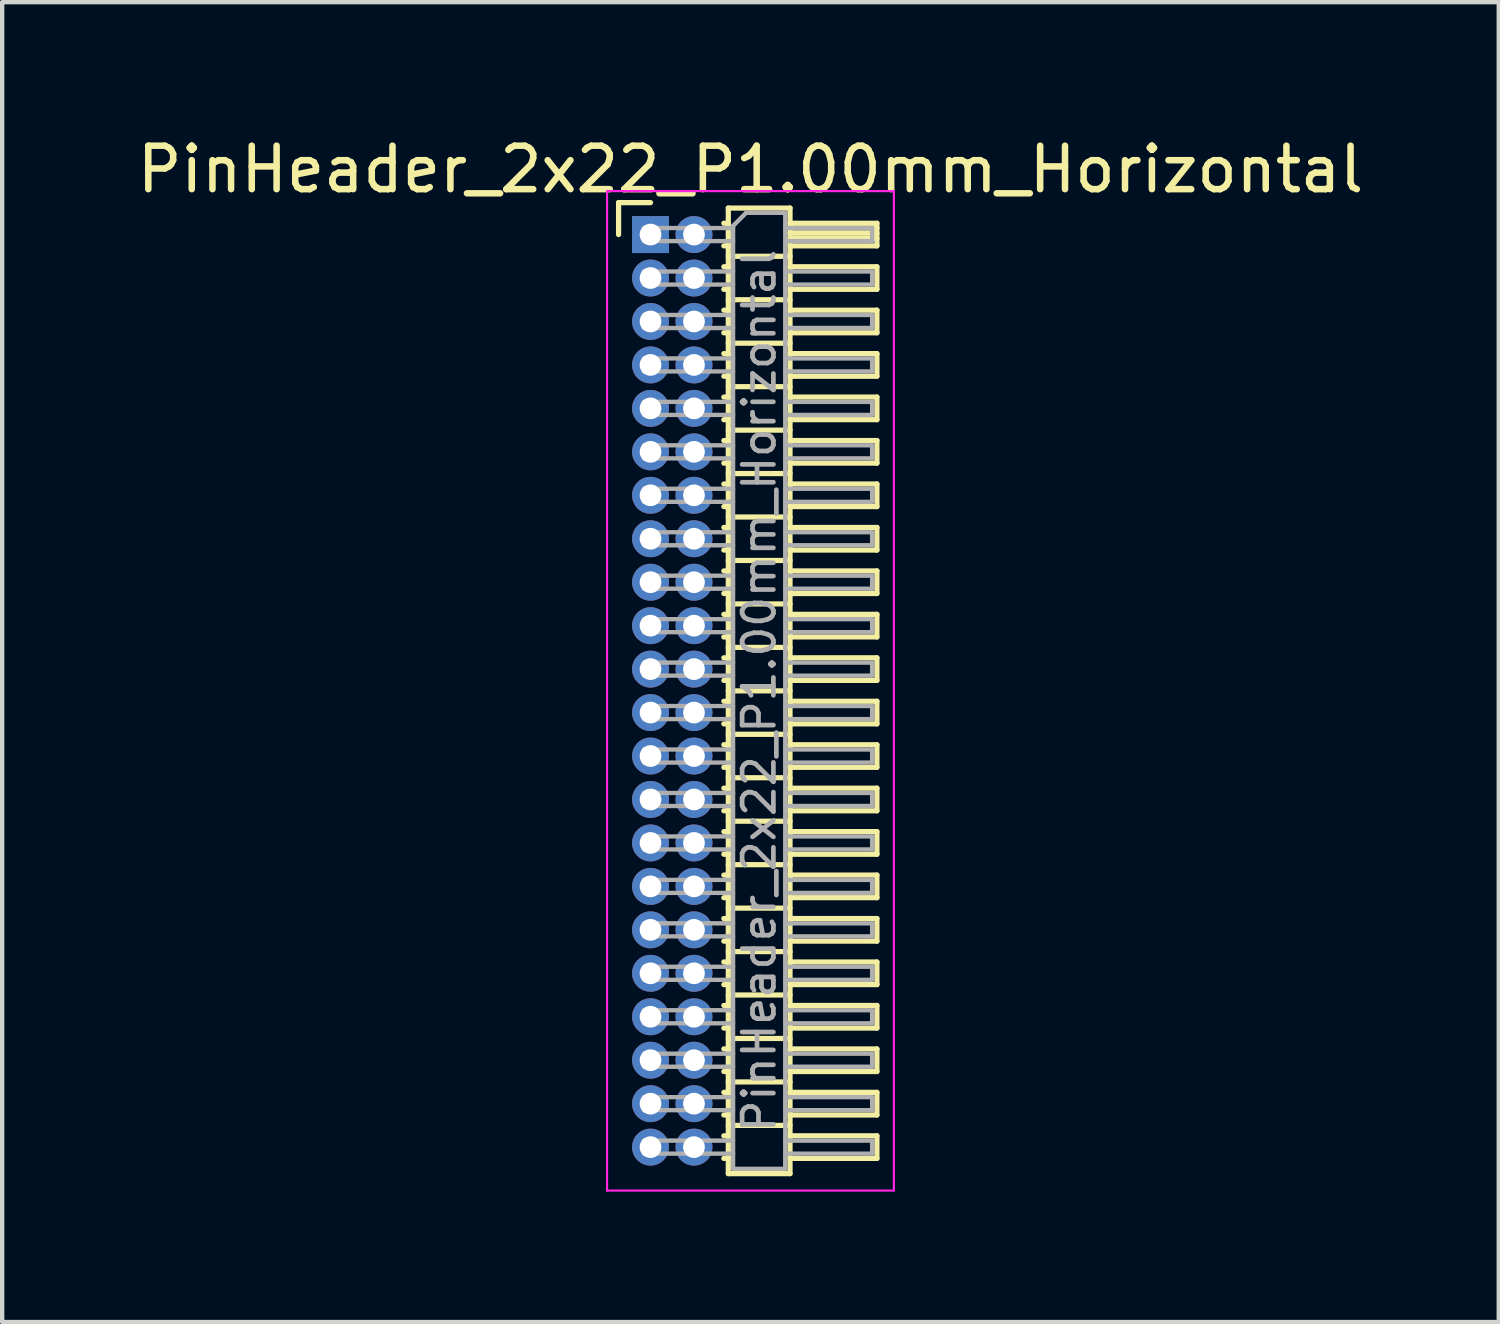
<source format=kicad_pcb>
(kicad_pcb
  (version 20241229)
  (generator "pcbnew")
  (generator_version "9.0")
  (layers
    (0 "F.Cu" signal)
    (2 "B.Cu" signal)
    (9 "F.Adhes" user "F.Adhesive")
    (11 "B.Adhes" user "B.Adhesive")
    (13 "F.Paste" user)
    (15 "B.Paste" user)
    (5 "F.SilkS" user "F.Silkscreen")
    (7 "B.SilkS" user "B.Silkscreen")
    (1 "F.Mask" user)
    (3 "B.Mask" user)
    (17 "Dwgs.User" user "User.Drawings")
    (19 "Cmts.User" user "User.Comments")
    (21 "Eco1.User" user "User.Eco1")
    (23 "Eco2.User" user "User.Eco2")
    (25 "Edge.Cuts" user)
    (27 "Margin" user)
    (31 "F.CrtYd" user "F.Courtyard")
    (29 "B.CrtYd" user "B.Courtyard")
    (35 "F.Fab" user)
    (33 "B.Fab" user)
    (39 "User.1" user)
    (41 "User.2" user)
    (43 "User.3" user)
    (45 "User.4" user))
  (footprint "PinHeader_2x22_P1.00mm_Horizontal"
    (layer "F.Cu")
    (at 11.92 2.348)
    (property "Reference" "PinHeader_2x22_P1.00mm_Horizontal" (at 2.3 -1.5 0) (layer "F.SilkS") (effects (font (size 1 1) (thickness 0.15))))
    (attr through_hole)
    (fp_line (start -0.735 -0.735) (end 0 -0.735) (stroke (width 0.12) (type solid)) (layer "F.SilkS"))
    (fp_line (start -0.735 0) (end -0.735 -0.735) (stroke (width 0.12) (type solid)) (layer "F.SilkS"))
    (fp_line (start 1.687 -0.26) (end 1.79 -0.26) (stroke (width 0.12) (type solid)) (layer "F.SilkS"))
    (fp_line (start 1.687 0.26) (end 1.79 0.26) (stroke (width 0.12) (type solid)) (layer "F.SilkS"))
    (fp_line (start 1.687 0.74) (end 1.79 0.74) (stroke (width 0.12) (type solid)) (layer "F.SilkS"))
    (fp_line (start 1.687 1.26) (end 1.79 1.26) (stroke (width 0.12) (type solid)) (layer "F.SilkS"))
    (fp_line (start 1.687 1.74) (end 1.79 1.74) (stroke (width 0.12) (type solid)) (layer "F.SilkS"))
    (fp_line (start 1.687 2.26) (end 1.79 2.26) (stroke (width 0.12) (type solid)) (layer "F.SilkS"))
    (fp_line (start 1.687 2.74) (end 1.79 2.74) (stroke (width 0.12) (type solid)) (layer "F.SilkS"))
    (fp_line (start 1.687 3.26) (end 1.79 3.26) (stroke (width 0.12) (type solid)) (layer "F.SilkS"))
    (fp_line (start 1.687 3.74) (end 1.79 3.74) (stroke (width 0.12) (type solid)) (layer "F.SilkS"))
    (fp_line (start 1.687 4.26) (end 1.79 4.26) (stroke (width 0.12) (type solid)) (layer "F.SilkS"))
    (fp_line (start 1.687 4.74) (end 1.79 4.74) (stroke (width 0.12) (type solid)) (layer "F.SilkS"))
    (fp_line (start 1.687 5.26) (end 1.79 5.26) (stroke (width 0.12) (type solid)) (layer "F.SilkS"))
    (fp_line (start 1.687 5.74) (end 1.79 5.74) (stroke (width 0.12) (type solid)) (layer "F.SilkS"))
    (fp_line (start 1.687 6.26) (end 1.79 6.26) (stroke (width 0.12) (type solid)) (layer "F.SilkS"))
    (fp_line (start 1.687 6.74) (end 1.79 6.74) (stroke (width 0.12) (type solid)) (layer "F.SilkS"))
    (fp_line (start 1.687 7.26) (end 1.79 7.26) (stroke (width 0.12) (type solid)) (layer "F.SilkS"))
    (fp_line (start 1.687 7.74) (end 1.79 7.74) (stroke (width 0.12) (type solid)) (layer "F.SilkS"))
    (fp_line (start 1.687 8.26) (end 1.79 8.26) (stroke (width 0.12) (type solid)) (layer "F.SilkS"))
    (fp_line (start 1.687 8.74) (end 1.79 8.74) (stroke (width 0.12) (type solid)) (layer "F.SilkS"))
    (fp_line (start 1.687 9.26) (end 1.79 9.26) (stroke (width 0.12) (type solid)) (layer "F.SilkS"))
    (fp_line (start 1.687 9.74) (end 1.79 9.74) (stroke (width 0.12) (type solid)) (layer "F.SilkS"))
    (fp_line (start 1.687 10.26) (end 1.79 10.26) (stroke (width 0.12) (type solid)) (layer "F.SilkS"))
    (fp_line (start 1.687 10.74) (end 1.79 10.74) (stroke (width 0.12) (type solid)) (layer "F.SilkS"))
    (fp_line (start 1.687 11.26) (end 1.79 11.26) (stroke (width 0.12) (type solid)) (layer "F.SilkS"))
    (fp_line (start 1.687 11.74) (end 1.79 11.74) (stroke (width 0.12) (type solid)) (layer "F.SilkS"))
    (fp_line (start 1.687 12.26) (end 1.79 12.26) (stroke (width 0.12) (type solid)) (layer "F.SilkS"))
    (fp_line (start 1.687 12.74) (end 1.79 12.74) (stroke (width 0.12) (type solid)) (layer "F.SilkS"))
    (fp_line (start 1.687 13.26) (end 1.79 13.26) (stroke (width 0.12) (type solid)) (layer "F.SilkS"))
    (fp_line (start 1.687 13.74) (end 1.79 13.74) (stroke (width 0.12) (type solid)) (layer "F.SilkS"))
    (fp_line (start 1.687 14.26) (end 1.79 14.26) (stroke (width 0.12) (type solid)) (layer "F.SilkS"))
    (fp_line (start 1.687 14.74) (end 1.79 14.74) (stroke (width 0.12) (type solid)) (layer "F.SilkS"))
    (fp_line (start 1.687 15.26) (end 1.79 15.26) (stroke (width 0.12) (type solid)) (layer "F.SilkS"))
    (fp_line (start 1.687 15.74) (end 1.79 15.74) (stroke (width 0.12) (type solid)) (layer "F.SilkS"))
    (fp_line (start 1.687 16.26) (end 1.79 16.26) (stroke (width 0.12) (type solid)) (layer "F.SilkS"))
    (fp_line (start 1.687 16.74) (end 1.79 16.74) (stroke (width 0.12) (type solid)) (layer "F.SilkS"))
    (fp_line (start 1.687 17.26) (end 1.79 17.26) (stroke (width 0.12) (type solid)) (layer "F.SilkS"))
    (fp_line (start 1.687 17.74) (end 1.79 17.74) (stroke (width 0.12) (type solid)) (layer "F.SilkS"))
    (fp_line (start 1.687 18.26) (end 1.79 18.26) (stroke (width 0.12) (type solid)) (layer "F.SilkS"))
    (fp_line (start 1.687 18.74) (end 1.79 18.74) (stroke (width 0.12) (type solid)) (layer "F.SilkS"))
    (fp_line (start 1.687 19.26) (end 1.79 19.26) (stroke (width 0.12) (type solid)) (layer "F.SilkS"))
    (fp_line (start 1.687 19.74) (end 1.79 19.74) (stroke (width 0.12) (type solid)) (layer "F.SilkS"))
    (fp_line (start 1.687 20.26) (end 1.79 20.26) (stroke (width 0.12) (type solid)) (layer "F.SilkS"))
    (fp_line (start 1.687 20.74) (end 1.79 20.74) (stroke (width 0.12) (type solid)) (layer "F.SilkS"))
    (fp_line (start 1.687 21.26) (end 1.79 21.26) (stroke (width 0.12) (type solid)) (layer "F.SilkS"))
    (fp_line (start 1.79 -0.61) (end 1.79 21.61) (stroke (width 0.12) (type solid)) (layer "F.SilkS"))
    (fp_line (start 1.79 0.5) (end 3.21 0.5) (stroke (width 0.12) (type solid)) (layer "F.SilkS"))
    (fp_line (start 1.79 1.5) (end 3.21 1.5) (stroke (width 0.12) (type solid)) (layer "F.SilkS"))
    (fp_line (start 1.79 2.5) (end 3.21 2.5) (stroke (width 0.12) (type solid)) (layer "F.SilkS"))
    (fp_line (start 1.79 3.5) (end 3.21 3.5) (stroke (width 0.12) (type solid)) (layer "F.SilkS"))
    (fp_line (start 1.79 4.5) (end 3.21 4.5) (stroke (width 0.12) (type solid)) (layer "F.SilkS"))
    (fp_line (start 1.79 5.5) (end 3.21 5.5) (stroke (width 0.12) (type solid)) (layer "F.SilkS"))
    (fp_line (start 1.79 6.5) (end 3.21 6.5) (stroke (width 0.12) (type solid)) (layer "F.SilkS"))
    (fp_line (start 1.79 7.5) (end 3.21 7.5) (stroke (width 0.12) (type solid)) (layer "F.SilkS"))
    (fp_line (start 1.79 8.5) (end 3.21 8.5) (stroke (width 0.12) (type solid)) (layer "F.SilkS"))
    (fp_line (start 1.79 9.5) (end 3.21 9.5) (stroke (width 0.12) (type solid)) (layer "F.SilkS"))
    (fp_line (start 1.79 10.5) (end 3.21 10.5) (stroke (width 0.12) (type solid)) (layer "F.SilkS"))
    (fp_line (start 1.79 11.5) (end 3.21 11.5) (stroke (width 0.12) (type solid)) (layer "F.SilkS"))
    (fp_line (start 1.79 12.5) (end 3.21 12.5) (stroke (width 0.12) (type solid)) (layer "F.SilkS"))
    (fp_line (start 1.79 13.5) (end 3.21 13.5) (stroke (width 0.12) (type solid)) (layer "F.SilkS"))
    (fp_line (start 1.79 14.5) (end 3.21 14.5) (stroke (width 0.12) (type solid)) (layer "F.SilkS"))
    (fp_line (start 1.79 15.5) (end 3.21 15.5) (stroke (width 0.12) (type solid)) (layer "F.SilkS"))
    (fp_line (start 1.79 16.5) (end 3.21 16.5) (stroke (width 0.12) (type solid)) (layer "F.SilkS"))
    (fp_line (start 1.79 17.5) (end 3.21 17.5) (stroke (width 0.12) (type solid)) (layer "F.SilkS"))
    (fp_line (start 1.79 18.5) (end 3.21 18.5) (stroke (width 0.12) (type solid)) (layer "F.SilkS"))
    (fp_line (start 1.79 19.5) (end 3.21 19.5) (stroke (width 0.12) (type solid)) (layer "F.SilkS"))
    (fp_line (start 1.79 20.5) (end 3.21 20.5) (stroke (width 0.12) (type solid)) (layer "F.SilkS"))
    (fp_line (start 1.79 21.61) (end 3.21 21.61) (stroke (width 0.12) (type solid)) (layer "F.SilkS"))
    (fp_line (start 3.21 -0.61) (end 1.79 -0.61) (stroke (width 0.12) (type solid)) (layer "F.SilkS"))
    (fp_line (start 3.21 -0.26) (end 5.21 -0.26) (stroke (width 0.12) (type solid)) (layer "F.SilkS"))
    (fp_line (start 3.21 -0.15) (end 5.21 -0.15) (stroke (width 0.12) (type solid)) (layer "F.SilkS"))
    (fp_line (start 3.21 -0.03) (end 5.21 -0.03) (stroke (width 0.12) (type solid)) (layer "F.SilkS"))
    (fp_line (start 3.21 0.09) (end 5.21 0.09) (stroke (width 0.12) (type solid)) (layer "F.SilkS"))
    (fp_line (start 3.21 0.74) (end 5.21 0.74) (stroke (width 0.12) (type solid)) (layer "F.SilkS"))
    (fp_line (start 3.21 1.74) (end 5.21 1.74) (stroke (width 0.12) (type solid)) (layer "F.SilkS"))
    (fp_line (start 3.21 2.74) (end 5.21 2.74) (stroke (width 0.12) (type solid)) (layer "F.SilkS"))
    (fp_line (start 3.21 3.74) (end 5.21 3.74) (stroke (width 0.12) (type solid)) (layer "F.SilkS"))
    (fp_line (start 3.21 4.74) (end 5.21 4.74) (stroke (width 0.12) (type solid)) (layer "F.SilkS"))
    (fp_line (start 3.21 5.74) (end 5.21 5.74) (stroke (width 0.12) (type solid)) (layer "F.SilkS"))
    (fp_line (start 3.21 6.74) (end 5.21 6.74) (stroke (width 0.12) (type solid)) (layer "F.SilkS"))
    (fp_line (start 3.21 7.74) (end 5.21 7.74) (stroke (width 0.12) (type solid)) (layer "F.SilkS"))
    (fp_line (start 3.21 8.74) (end 5.21 8.74) (stroke (width 0.12) (type solid)) (layer "F.SilkS"))
    (fp_line (start 3.21 9.74) (end 5.21 9.74) (stroke (width 0.12) (type solid)) (layer "F.SilkS"))
    (fp_line (start 3.21 10.74) (end 5.21 10.74) (stroke (width 0.12) (type solid)) (layer "F.SilkS"))
    (fp_line (start 3.21 11.74) (end 5.21 11.74) (stroke (width 0.12) (type solid)) (layer "F.SilkS"))
    (fp_line (start 3.21 12.74) (end 5.21 12.74) (stroke (width 0.12) (type solid)) (layer "F.SilkS"))
    (fp_line (start 3.21 13.74) (end 5.21 13.74) (stroke (width 0.12) (type solid)) (layer "F.SilkS"))
    (fp_line (start 3.21 14.74) (end 5.21 14.74) (stroke (width 0.12) (type solid)) (layer "F.SilkS"))
    (fp_line (start 3.21 15.74) (end 5.21 15.74) (stroke (width 0.12) (type solid)) (layer "F.SilkS"))
    (fp_line (start 3.21 16.74) (end 5.21 16.74) (stroke (width 0.12) (type solid)) (layer "F.SilkS"))
    (fp_line (start 3.21 17.74) (end 5.21 17.74) (stroke (width 0.12) (type solid)) (layer "F.SilkS"))
    (fp_line (start 3.21 18.74) (end 5.21 18.74) (stroke (width 0.12) (type solid)) (layer "F.SilkS"))
    (fp_line (start 3.21 19.74) (end 5.21 19.74) (stroke (width 0.12) (type solid)) (layer "F.SilkS"))
    (fp_line (start 3.21 20.74) (end 5.21 20.74) (stroke (width 0.12) (type solid)) (layer "F.SilkS"))
    (fp_line (start 3.21 21.61) (end 3.21 -0.61) (stroke (width 0.12) (type solid)) (layer "F.SilkS"))
    (fp_line (start 5.21 -0.26) (end 5.21 0.26) (stroke (width 0.12) (type solid)) (layer "F.SilkS"))
    (fp_line (start 5.21 0.26) (end 3.21 0.26) (stroke (width 0.12) (type solid)) (layer "F.SilkS"))
    (fp_line (start 5.21 0.74) (end 5.21 1.26) (stroke (width 0.12) (type solid)) (layer "F.SilkS"))
    (fp_line (start 5.21 1.26) (end 3.21 1.26) (stroke (width 0.12) (type solid)) (layer "F.SilkS"))
    (fp_line (start 5.21 1.74) (end 5.21 2.26) (stroke (width 0.12) (type solid)) (layer "F.SilkS"))
    (fp_line (start 5.21 2.26) (end 3.21 2.26) (stroke (width 0.12) (type solid)) (layer "F.SilkS"))
    (fp_line (start 5.21 2.74) (end 5.21 3.26) (stroke (width 0.12) (type solid)) (layer "F.SilkS"))
    (fp_line (start 5.21 3.26) (end 3.21 3.26) (stroke (width 0.12) (type solid)) (layer "F.SilkS"))
    (fp_line (start 5.21 3.74) (end 5.21 4.26) (stroke (width 0.12) (type solid)) (layer "F.SilkS"))
    (fp_line (start 5.21 4.26) (end 3.21 4.26) (stroke (width 0.12) (type solid)) (layer "F.SilkS"))
    (fp_line (start 5.21 4.74) (end 5.21 5.26) (stroke (width 0.12) (type solid)) (layer "F.SilkS"))
    (fp_line (start 5.21 5.26) (end 3.21 5.26) (stroke (width 0.12) (type solid)) (layer "F.SilkS"))
    (fp_line (start 5.21 5.74) (end 5.21 6.26) (stroke (width 0.12) (type solid)) (layer "F.SilkS"))
    (fp_line (start 5.21 6.26) (end 3.21 6.26) (stroke (width 0.12) (type solid)) (layer "F.SilkS"))
    (fp_line (start 5.21 6.74) (end 5.21 7.26) (stroke (width 0.12) (type solid)) (layer "F.SilkS"))
    (fp_line (start 5.21 7.26) (end 3.21 7.26) (stroke (width 0.12) (type solid)) (layer "F.SilkS"))
    (fp_line (start 5.21 7.74) (end 5.21 8.26) (stroke (width 0.12) (type solid)) (layer "F.SilkS"))
    (fp_line (start 5.21 8.26) (end 3.21 8.26) (stroke (width 0.12) (type solid)) (layer "F.SilkS"))
    (fp_line (start 5.21 8.74) (end 5.21 9.26) (stroke (width 0.12) (type solid)) (layer "F.SilkS"))
    (fp_line (start 5.21 9.26) (end 3.21 9.26) (stroke (width 0.12) (type solid)) (layer "F.SilkS"))
    (fp_line (start 5.21 9.74) (end 5.21 10.26) (stroke (width 0.12) (type solid)) (layer "F.SilkS"))
    (fp_line (start 5.21 10.26) (end 3.21 10.26) (stroke (width 0.12) (type solid)) (layer "F.SilkS"))
    (fp_line (start 5.21 10.74) (end 5.21 11.26) (stroke (width 0.12) (type solid)) (layer "F.SilkS"))
    (fp_line (start 5.21 11.26) (end 3.21 11.26) (stroke (width 0.12) (type solid)) (layer "F.SilkS"))
    (fp_line (start 5.21 11.74) (end 5.21 12.26) (stroke (width 0.12) (type solid)) (layer "F.SilkS"))
    (fp_line (start 5.21 12.26) (end 3.21 12.26) (stroke (width 0.12) (type solid)) (layer "F.SilkS"))
    (fp_line (start 5.21 12.74) (end 5.21 13.26) (stroke (width 0.12) (type solid)) (layer "F.SilkS"))
    (fp_line (start 5.21 13.26) (end 3.21 13.26) (stroke (width 0.12) (type solid)) (layer "F.SilkS"))
    (fp_line (start 5.21 13.74) (end 5.21 14.26) (stroke (width 0.12) (type solid)) (layer "F.SilkS"))
    (fp_line (start 5.21 14.26) (end 3.21 14.26) (stroke (width 0.12) (type solid)) (layer "F.SilkS"))
    (fp_line (start 5.21 14.74) (end 5.21 15.26) (stroke (width 0.12) (type solid)) (layer "F.SilkS"))
    (fp_line (start 5.21 15.26) (end 3.21 15.26) (stroke (width 0.12) (type solid)) (layer "F.SilkS"))
    (fp_line (start 5.21 15.74) (end 5.21 16.26) (stroke (width 0.12) (type solid)) (layer "F.SilkS"))
    (fp_line (start 5.21 16.26) (end 3.21 16.26) (stroke (width 0.12) (type solid)) (layer "F.SilkS"))
    (fp_line (start 5.21 16.74) (end 5.21 17.26) (stroke (width 0.12) (type solid)) (layer "F.SilkS"))
    (fp_line (start 5.21 17.26) (end 3.21 17.26) (stroke (width 0.12) (type solid)) (layer "F.SilkS"))
    (fp_line (start 5.21 17.74) (end 5.21 18.26) (stroke (width 0.12) (type solid)) (layer "F.SilkS"))
    (fp_line (start 5.21 18.26) (end 3.21 18.26) (stroke (width 0.12) (type solid)) (layer "F.SilkS"))
    (fp_line (start 5.21 18.74) (end 5.21 19.26) (stroke (width 0.12) (type solid)) (layer "F.SilkS"))
    (fp_line (start 5.21 19.26) (end 3.21 19.26) (stroke (width 0.12) (type solid)) (layer "F.SilkS"))
    (fp_line (start 5.21 19.74) (end 5.21 20.26) (stroke (width 0.12) (type solid)) (layer "F.SilkS"))
    (fp_line (start 5.21 20.26) (end 3.21 20.26) (stroke (width 0.12) (type solid)) (layer "F.SilkS"))
    (fp_line (start 5.21 20.74) (end 5.21 21.26) (stroke (width 0.12) (type solid)) (layer "F.SilkS"))
    (fp_line (start 5.21 21.26) (end 3.21 21.26) (stroke (width 0.12) (type solid)) (layer "F.SilkS"))
    (fp_line (start -1 -1) (end -1 22) (stroke (width 0.05) (type solid)) (layer "F.CrtYd"))
    (fp_line (start -1 22) (end 5.6 22) (stroke (width 0.05) (type solid)) (layer "F.CrtYd"))
    (fp_line (start 5.6 -1) (end -1 -1) (stroke (width 0.05) (type solid)) (layer "F.CrtYd"))
    (fp_line (start 5.6 22) (end 5.6 -1) (stroke (width 0.05) (type solid)) (layer "F.CrtYd"))
    (fp_line (start -0.15 -0.15) (end -0.15 0.15) (stroke (width 0.1) (type solid)) (layer "F.Fab"))
    (fp_line (start -0.15 -0.15) (end 1.9 -0.15) (stroke (width 0.1) (type solid)) (layer "F.Fab"))
    (fp_line (start -0.15 0.15) (end 1.9 0.15) (stroke (width 0.1) (type solid)) (layer "F.Fab"))
    (fp_line (start -0.15 0.85) (end -0.15 1.15) (stroke (width 0.1) (type solid)) (layer "F.Fab"))
    (fp_line (start -0.15 0.85) (end 1.9 0.85) (stroke (width 0.1) (type solid)) (layer "F.Fab"))
    (fp_line (start -0.15 1.15) (end 1.9 1.15) (stroke (width 0.1) (type solid)) (layer "F.Fab"))
    (fp_line (start -0.15 1.85) (end -0.15 2.15) (stroke (width 0.1) (type solid)) (layer "F.Fab"))
    (fp_line (start -0.15 1.85) (end 1.9 1.85) (stroke (width 0.1) (type solid)) (layer "F.Fab"))
    (fp_line (start -0.15 2.15) (end 1.9 2.15) (stroke (width 0.1) (type solid)) (layer "F.Fab"))
    (fp_line (start -0.15 2.85) (end -0.15 3.15) (stroke (width 0.1) (type solid)) (layer "F.Fab"))
    (fp_line (start -0.15 2.85) (end 1.9 2.85) (stroke (width 0.1) (type solid)) (layer "F.Fab"))
    (fp_line (start -0.15 3.15) (end 1.9 3.15) (stroke (width 0.1) (type solid)) (layer "F.Fab"))
    (fp_line (start -0.15 3.85) (end -0.15 4.15) (stroke (width 0.1) (type solid)) (layer "F.Fab"))
    (fp_line (start -0.15 3.85) (end 1.9 3.85) (stroke (width 0.1) (type solid)) (layer "F.Fab"))
    (fp_line (start -0.15 4.15) (end 1.9 4.15) (stroke (width 0.1) (type solid)) (layer "F.Fab"))
    (fp_line (start -0.15 4.85) (end -0.15 5.15) (stroke (width 0.1) (type solid)) (layer "F.Fab"))
    (fp_line (start -0.15 4.85) (end 1.9 4.85) (stroke (width 0.1) (type solid)) (layer "F.Fab"))
    (fp_line (start -0.15 5.15) (end 1.9 5.15) (stroke (width 0.1) (type solid)) (layer "F.Fab"))
    (fp_line (start -0.15 5.85) (end -0.15 6.15) (stroke (width 0.1) (type solid)) (layer "F.Fab"))
    (fp_line (start -0.15 5.85) (end 1.9 5.85) (stroke (width 0.1) (type solid)) (layer "F.Fab"))
    (fp_line (start -0.15 6.15) (end 1.9 6.15) (stroke (width 0.1) (type solid)) (layer "F.Fab"))
    (fp_line (start -0.15 6.85) (end -0.15 7.15) (stroke (width 0.1) (type solid)) (layer "F.Fab"))
    (fp_line (start -0.15 6.85) (end 1.9 6.85) (stroke (width 0.1) (type solid)) (layer "F.Fab"))
    (fp_line (start -0.15 7.15) (end 1.9 7.15) (stroke (width 0.1) (type solid)) (layer "F.Fab"))
    (fp_line (start -0.15 7.85) (end -0.15 8.15) (stroke (width 0.1) (type solid)) (layer "F.Fab"))
    (fp_line (start -0.15 7.85) (end 1.9 7.85) (stroke (width 0.1) (type solid)) (layer "F.Fab"))
    (fp_line (start -0.15 8.15) (end 1.9 8.15) (stroke (width 0.1) (type solid)) (layer "F.Fab"))
    (fp_line (start -0.15 8.85) (end -0.15 9.15) (stroke (width 0.1) (type solid)) (layer "F.Fab"))
    (fp_line (start -0.15 8.85) (end 1.9 8.85) (stroke (width 0.1) (type solid)) (layer "F.Fab"))
    (fp_line (start -0.15 9.15) (end 1.9 9.15) (stroke (width 0.1) (type solid)) (layer "F.Fab"))
    (fp_line (start -0.15 9.85) (end -0.15 10.15) (stroke (width 0.1) (type solid)) (layer "F.Fab"))
    (fp_line (start -0.15 9.85) (end 1.9 9.85) (stroke (width 0.1) (type solid)) (layer "F.Fab"))
    (fp_line (start -0.15 10.15) (end 1.9 10.15) (stroke (width 0.1) (type solid)) (layer "F.Fab"))
    (fp_line (start -0.15 10.85) (end -0.15 11.15) (stroke (width 0.1) (type solid)) (layer "F.Fab"))
    (fp_line (start -0.15 10.85) (end 1.9 10.85) (stroke (width 0.1) (type solid)) (layer "F.Fab"))
    (fp_line (start -0.15 11.15) (end 1.9 11.15) (stroke (width 0.1) (type solid)) (layer "F.Fab"))
    (fp_line (start -0.15 11.85) (end -0.15 12.15) (stroke (width 0.1) (type solid)) (layer "F.Fab"))
    (fp_line (start -0.15 11.85) (end 1.9 11.85) (stroke (width 0.1) (type solid)) (layer "F.Fab"))
    (fp_line (start -0.15 12.15) (end 1.9 12.15) (stroke (width 0.1) (type solid)) (layer "F.Fab"))
    (fp_line (start -0.15 12.85) (end -0.15 13.15) (stroke (width 0.1) (type solid)) (layer "F.Fab"))
    (fp_line (start -0.15 12.85) (end 1.9 12.85) (stroke (width 0.1) (type solid)) (layer "F.Fab"))
    (fp_line (start -0.15 13.15) (end 1.9 13.15) (stroke (width 0.1) (type solid)) (layer "F.Fab"))
    (fp_line (start -0.15 13.85) (end -0.15 14.15) (stroke (width 0.1) (type solid)) (layer "F.Fab"))
    (fp_line (start -0.15 13.85) (end 1.9 13.85) (stroke (width 0.1) (type solid)) (layer "F.Fab"))
    (fp_line (start -0.15 14.15) (end 1.9 14.15) (stroke (width 0.1) (type solid)) (layer "F.Fab"))
    (fp_line (start -0.15 14.85) (end -0.15 15.15) (stroke (width 0.1) (type solid)) (layer "F.Fab"))
    (fp_line (start -0.15 14.85) (end 1.9 14.85) (stroke (width 0.1) (type solid)) (layer "F.Fab"))
    (fp_line (start -0.15 15.15) (end 1.9 15.15) (stroke (width 0.1) (type solid)) (layer "F.Fab"))
    (fp_line (start -0.15 15.85) (end -0.15 16.15) (stroke (width 0.1) (type solid)) (layer "F.Fab"))
    (fp_line (start -0.15 15.85) (end 1.9 15.85) (stroke (width 0.1) (type solid)) (layer "F.Fab"))
    (fp_line (start -0.15 16.15) (end 1.9 16.15) (stroke (width 0.1) (type solid)) (layer "F.Fab"))
    (fp_line (start -0.15 16.85) (end -0.15 17.15) (stroke (width 0.1) (type solid)) (layer "F.Fab"))
    (fp_line (start -0.15 16.85) (end 1.9 16.85) (stroke (width 0.1) (type solid)) (layer "F.Fab"))
    (fp_line (start -0.15 17.15) (end 1.9 17.15) (stroke (width 0.1) (type solid)) (layer "F.Fab"))
    (fp_line (start -0.15 17.85) (end -0.15 18.15) (stroke (width 0.1) (type solid)) (layer "F.Fab"))
    (fp_line (start -0.15 17.85) (end 1.9 17.85) (stroke (width 0.1) (type solid)) (layer "F.Fab"))
    (fp_line (start -0.15 18.15) (end 1.9 18.15) (stroke (width 0.1) (type solid)) (layer "F.Fab"))
    (fp_line (start -0.15 18.85) (end -0.15 19.15) (stroke (width 0.1) (type solid)) (layer "F.Fab"))
    (fp_line (start -0.15 18.85) (end 1.9 18.85) (stroke (width 0.1) (type solid)) (layer "F.Fab"))
    (fp_line (start -0.15 19.15) (end 1.9 19.15) (stroke (width 0.1) (type solid)) (layer "F.Fab"))
    (fp_line (start -0.15 19.85) (end -0.15 20.15) (stroke (width 0.1) (type solid)) (layer "F.Fab"))
    (fp_line (start -0.15 19.85) (end 1.9 19.85) (stroke (width 0.1) (type solid)) (layer "F.Fab"))
    (fp_line (start -0.15 20.15) (end 1.9 20.15) (stroke (width 0.1) (type solid)) (layer "F.Fab"))
    (fp_line (start -0.15 20.85) (end -0.15 21.15) (stroke (width 0.1) (type solid)) (layer "F.Fab"))
    (fp_line (start -0.15 20.85) (end 1.9 20.85) (stroke (width 0.1) (type solid)) (layer "F.Fab"))
    (fp_line (start -0.15 21.15) (end 1.9 21.15) (stroke (width 0.1) (type solid)) (layer "F.Fab"))
    (fp_line (start 1.9 -0.2) (end 2.2 -0.5) (stroke (width 0.1) (type solid)) (layer "F.Fab"))
    (fp_line (start 1.9 21.5) (end 1.9 -0.2) (stroke (width 0.1) (type solid)) (layer "F.Fab"))
    (fp_line (start 2.2 -0.5) (end 3.1 -0.5) (stroke (width 0.1) (type solid)) (layer "F.Fab"))
    (fp_line (start 3.1 -0.5) (end 3.1 21.5) (stroke (width 0.1) (type solid)) (layer "F.Fab"))
    (fp_line (start 3.1 -0.15) (end 5.1 -0.15) (stroke (width 0.1) (type solid)) (layer "F.Fab"))
    (fp_line (start 3.1 0.15) (end 5.1 0.15) (stroke (width 0.1) (type solid)) (layer "F.Fab"))
    (fp_line (start 3.1 0.85) (end 5.1 0.85) (stroke (width 0.1) (type solid)) (layer "F.Fab"))
    (fp_line (start 3.1 1.15) (end 5.1 1.15) (stroke (width 0.1) (type solid)) (layer "F.Fab"))
    (fp_line (start 3.1 1.85) (end 5.1 1.85) (stroke (width 0.1) (type solid)) (layer "F.Fab"))
    (fp_line (start 3.1 2.15) (end 5.1 2.15) (stroke (width 0.1) (type solid)) (layer "F.Fab"))
    (fp_line (start 3.1 2.85) (end 5.1 2.85) (stroke (width 0.1) (type solid)) (layer "F.Fab"))
    (fp_line (start 3.1 3.15) (end 5.1 3.15) (stroke (width 0.1) (type solid)) (layer "F.Fab"))
    (fp_line (start 3.1 3.85) (end 5.1 3.85) (stroke (width 0.1) (type solid)) (layer "F.Fab"))
    (fp_line (start 3.1 4.15) (end 5.1 4.15) (stroke (width 0.1) (type solid)) (layer "F.Fab"))
    (fp_line (start 3.1 4.85) (end 5.1 4.85) (stroke (width 0.1) (type solid)) (layer "F.Fab"))
    (fp_line (start 3.1 5.15) (end 5.1 5.15) (stroke (width 0.1) (type solid)) (layer "F.Fab"))
    (fp_line (start 3.1 5.85) (end 5.1 5.85) (stroke (width 0.1) (type solid)) (layer "F.Fab"))
    (fp_line (start 3.1 6.15) (end 5.1 6.15) (stroke (width 0.1) (type solid)) (layer "F.Fab"))
    (fp_line (start 3.1 6.85) (end 5.1 6.85) (stroke (width 0.1) (type solid)) (layer "F.Fab"))
    (fp_line (start 3.1 7.15) (end 5.1 7.15) (stroke (width 0.1) (type solid)) (layer "F.Fab"))
    (fp_line (start 3.1 7.85) (end 5.1 7.85) (stroke (width 0.1) (type solid)) (layer "F.Fab"))
    (fp_line (start 3.1 8.15) (end 5.1 8.15) (stroke (width 0.1) (type solid)) (layer "F.Fab"))
    (fp_line (start 3.1 8.85) (end 5.1 8.85) (stroke (width 0.1) (type solid)) (layer "F.Fab"))
    (fp_line (start 3.1 9.15) (end 5.1 9.15) (stroke (width 0.1) (type solid)) (layer "F.Fab"))
    (fp_line (start 3.1 9.85) (end 5.1 9.85) (stroke (width 0.1) (type solid)) (layer "F.Fab"))
    (fp_line (start 3.1 10.15) (end 5.1 10.15) (stroke (width 0.1) (type solid)) (layer "F.Fab"))
    (fp_line (start 3.1 10.85) (end 5.1 10.85) (stroke (width 0.1) (type solid)) (layer "F.Fab"))
    (fp_line (start 3.1 11.15) (end 5.1 11.15) (stroke (width 0.1) (type solid)) (layer "F.Fab"))
    (fp_line (start 3.1 11.85) (end 5.1 11.85) (stroke (width 0.1) (type solid)) (layer "F.Fab"))
    (fp_line (start 3.1 12.15) (end 5.1 12.15) (stroke (width 0.1) (type solid)) (layer "F.Fab"))
    (fp_line (start 3.1 12.85) (end 5.1 12.85) (stroke (width 0.1) (type solid)) (layer "F.Fab"))
    (fp_line (start 3.1 13.15) (end 5.1 13.15) (stroke (width 0.1) (type solid)) (layer "F.Fab"))
    (fp_line (start 3.1 13.85) (end 5.1 13.85) (stroke (width 0.1) (type solid)) (layer "F.Fab"))
    (fp_line (start 3.1 14.15) (end 5.1 14.15) (stroke (width 0.1) (type solid)) (layer "F.Fab"))
    (fp_line (start 3.1 14.85) (end 5.1 14.85) (stroke (width 0.1) (type solid)) (layer "F.Fab"))
    (fp_line (start 3.1 15.15) (end 5.1 15.15) (stroke (width 0.1) (type solid)) (layer "F.Fab"))
    (fp_line (start 3.1 15.85) (end 5.1 15.85) (stroke (width 0.1) (type solid)) (layer "F.Fab"))
    (fp_line (start 3.1 16.15) (end 5.1 16.15) (stroke (width 0.1) (type solid)) (layer "F.Fab"))
    (fp_line (start 3.1 16.85) (end 5.1 16.85) (stroke (width 0.1) (type solid)) (layer "F.Fab"))
    (fp_line (start 3.1 17.15) (end 5.1 17.15) (stroke (width 0.1) (type solid)) (layer "F.Fab"))
    (fp_line (start 3.1 17.85) (end 5.1 17.85) (stroke (width 0.1) (type solid)) (layer "F.Fab"))
    (fp_line (start 3.1 18.15) (end 5.1 18.15) (stroke (width 0.1) (type solid)) (layer "F.Fab"))
    (fp_line (start 3.1 18.85) (end 5.1 18.85) (stroke (width 0.1) (type solid)) (layer "F.Fab"))
    (fp_line (start 3.1 19.15) (end 5.1 19.15) (stroke (width 0.1) (type solid)) (layer "F.Fab"))
    (fp_line (start 3.1 19.85) (end 5.1 19.85) (stroke (width 0.1) (type solid)) (layer "F.Fab"))
    (fp_line (start 3.1 20.15) (end 5.1 20.15) (stroke (width 0.1) (type solid)) (layer "F.Fab"))
    (fp_line (start 3.1 20.85) (end 5.1 20.85) (stroke (width 0.1) (type solid)) (layer "F.Fab"))
    (fp_line (start 3.1 21.15) (end 5.1 21.15) (stroke (width 0.1) (type solid)) (layer "F.Fab"))
    (fp_line (start 3.1 21.5) (end 1.9 21.5) (stroke (width 0.1) (type solid)) (layer "F.Fab"))
    (fp_line (start 5.1 -0.15) (end 5.1 0.15) (stroke (width 0.1) (type solid)) (layer "F.Fab"))
    (fp_line (start 5.1 0.85) (end 5.1 1.15) (stroke (width 0.1) (type solid)) (layer "F.Fab"))
    (fp_line (start 5.1 1.85) (end 5.1 2.15) (stroke (width 0.1) (type solid)) (layer "F.Fab"))
    (fp_line (start 5.1 2.85) (end 5.1 3.15) (stroke (width 0.1) (type solid)) (layer "F.Fab"))
    (fp_line (start 5.1 3.85) (end 5.1 4.15) (stroke (width 0.1) (type solid)) (layer "F.Fab"))
    (fp_line (start 5.1 4.85) (end 5.1 5.15) (stroke (width 0.1) (type solid)) (layer "F.Fab"))
    (fp_line (start 5.1 5.85) (end 5.1 6.15) (stroke (width 0.1) (type solid)) (layer "F.Fab"))
    (fp_line (start 5.1 6.85) (end 5.1 7.15) (stroke (width 0.1) (type solid)) (layer "F.Fab"))
    (fp_line (start 5.1 7.85) (end 5.1 8.15) (stroke (width 0.1) (type solid)) (layer "F.Fab"))
    (fp_line (start 5.1 8.85) (end 5.1 9.15) (stroke (width 0.1) (type solid)) (layer "F.Fab"))
    (fp_line (start 5.1 9.85) (end 5.1 10.15) (stroke (width 0.1) (type solid)) (layer "F.Fab"))
    (fp_line (start 5.1 10.85) (end 5.1 11.15) (stroke (width 0.1) (type solid)) (layer "F.Fab"))
    (fp_line (start 5.1 11.85) (end 5.1 12.15) (stroke (width 0.1) (type solid)) (layer "F.Fab"))
    (fp_line (start 5.1 12.85) (end 5.1 13.15) (stroke (width 0.1) (type solid)) (layer "F.Fab"))
    (fp_line (start 5.1 13.85) (end 5.1 14.15) (stroke (width 0.1) (type solid)) (layer "F.Fab"))
    (fp_line (start 5.1 14.85) (end 5.1 15.15) (stroke (width 0.1) (type solid)) (layer "F.Fab"))
    (fp_line (start 5.1 15.85) (end 5.1 16.15) (stroke (width 0.1) (type solid)) (layer "F.Fab"))
    (fp_line (start 5.1 16.85) (end 5.1 17.15) (stroke (width 0.1) (type solid)) (layer "F.Fab"))
    (fp_line (start 5.1 17.85) (end 5.1 18.15) (stroke (width 0.1) (type solid)) (layer "F.Fab"))
    (fp_line (start 5.1 18.85) (end 5.1 19.15) (stroke (width 0.1) (type solid)) (layer "F.Fab"))
    (fp_line (start 5.1 19.85) (end 5.1 20.15) (stroke (width 0.1) (type solid)) (layer "F.Fab"))
    (fp_line (start 5.1 20.85) (end 5.1 21.15) (stroke (width 0.1) (type solid)) (layer "F.Fab"))
    (fp_text user "${REFERENCE}" (at 2.5 10.5 90) (layer "F.Fab") (effects (font (size 0.72 0.72) (thickness 0.108))))
    (pad "1" thru_hole rect (at 0 0) (size 0.85 0.85) (drill 0.5) (layers "*.Cu" "*.Mask"))
    (pad "2" thru_hole circle (at 1 0) (size 0.85 0.85) (drill 0.5) (layers "*.Cu" "*.Mask"))
    (pad "3" thru_hole circle (at 0 1) (size 0.85 0.85) (drill 0.5) (layers "*.Cu" "*.Mask"))
    (pad "4" thru_hole circle (at 1 1) (size 0.85 0.85) (drill 0.5) (layers "*.Cu" "*.Mask"))
    (pad "5" thru_hole circle (at 0 2) (size 0.85 0.85) (drill 0.5) (layers "*.Cu" "*.Mask"))
    (pad "6" thru_hole circle (at 1 2) (size 0.85 0.85) (drill 0.5) (layers "*.Cu" "*.Mask"))
    (pad "7" thru_hole circle (at 0 3) (size 0.85 0.85) (drill 0.5) (layers "*.Cu" "*.Mask"))
    (pad "8" thru_hole circle (at 1 3) (size 0.85 0.85) (drill 0.5) (layers "*.Cu" "*.Mask"))
    (pad "9" thru_hole circle (at 0 4) (size 0.85 0.85) (drill 0.5) (layers "*.Cu" "*.Mask"))
    (pad "10" thru_hole circle (at 1 4) (size 0.85 0.85) (drill 0.5) (layers "*.Cu" "*.Mask"))
    (pad "11" thru_hole circle (at 0 5) (size 0.85 0.85) (drill 0.5) (layers "*.Cu" "*.Mask"))
    (pad "12" thru_hole circle (at 1 5) (size 0.85 0.85) (drill 0.5) (layers "*.Cu" "*.Mask"))
    (pad "13" thru_hole circle (at 0 6) (size 0.85 0.85) (drill 0.5) (layers "*.Cu" "*.Mask"))
    (pad "14" thru_hole circle (at 1 6) (size 0.85 0.85) (drill 0.5) (layers "*.Cu" "*.Mask"))
    (pad "15" thru_hole circle (at 0 7) (size 0.85 0.85) (drill 0.5) (layers "*.Cu" "*.Mask"))
    (pad "16" thru_hole circle (at 1 7) (size 0.85 0.85) (drill 0.5) (layers "*.Cu" "*.Mask"))
    (pad "17" thru_hole circle (at 0 8) (size 0.85 0.85) (drill 0.5) (layers "*.Cu" "*.Mask"))
    (pad "18" thru_hole circle (at 1 8) (size 0.85 0.85) (drill 0.5) (layers "*.Cu" "*.Mask"))
    (pad "19" thru_hole circle (at 0 9) (size 0.85 0.85) (drill 0.5) (layers "*.Cu" "*.Mask"))
    (pad "20" thru_hole circle (at 1 9) (size 0.85 0.85) (drill 0.5) (layers "*.Cu" "*.Mask"))
    (pad "21" thru_hole circle (at 0 10) (size 0.85 0.85) (drill 0.5) (layers "*.Cu" "*.Mask"))
    (pad "22" thru_hole circle (at 1 10) (size 0.85 0.85) (drill 0.5) (layers "*.Cu" "*.Mask"))
    (pad "23" thru_hole circle (at 0 11) (size 0.85 0.85) (drill 0.5) (layers "*.Cu" "*.Mask"))
    (pad "24" thru_hole circle (at 1 11) (size 0.85 0.85) (drill 0.5) (layers "*.Cu" "*.Mask"))
    (pad "25" thru_hole circle (at 0 12) (size 0.85 0.85) (drill 0.5) (layers "*.Cu" "*.Mask"))
    (pad "26" thru_hole circle (at 1 12) (size 0.85 0.85) (drill 0.5) (layers "*.Cu" "*.Mask"))
    (pad "27" thru_hole circle (at 0 13) (size 0.85 0.85) (drill 0.5) (layers "*.Cu" "*.Mask"))
    (pad "28" thru_hole circle (at 1 13) (size 0.85 0.85) (drill 0.5) (layers "*.Cu" "*.Mask"))
    (pad "29" thru_hole circle (at 0 14) (size 0.85 0.85) (drill 0.5) (layers "*.Cu" "*.Mask"))
    (pad "30" thru_hole circle (at 1 14) (size 0.85 0.85) (drill 0.5) (layers "*.Cu" "*.Mask"))
    (pad "31" thru_hole circle (at 0 15) (size 0.85 0.85) (drill 0.5) (layers "*.Cu" "*.Mask"))
    (pad "32" thru_hole circle (at 1 15) (size 0.85 0.85) (drill 0.5) (layers "*.Cu" "*.Mask"))
    (pad "33" thru_hole circle (at 0 16) (size 0.85 0.85) (drill 0.5) (layers "*.Cu" "*.Mask"))
    (pad "34" thru_hole circle (at 1 16) (size 0.85 0.85) (drill 0.5) (layers "*.Cu" "*.Mask"))
    (pad "35" thru_hole circle (at 0 17) (size 0.85 0.85) (drill 0.5) (layers "*.Cu" "*.Mask"))
    (pad "36" thru_hole circle (at 1 17) (size 0.85 0.85) (drill 0.5) (layers "*.Cu" "*.Mask"))
    (pad "37" thru_hole circle (at 0 18) (size 0.85 0.85) (drill 0.5) (layers "*.Cu" "*.Mask"))
    (pad "38" thru_hole circle (at 1 18) (size 0.85 0.85) (drill 0.5) (layers "*.Cu" "*.Mask"))
    (pad "39" thru_hole circle (at 0 19) (size 0.85 0.85) (drill 0.5) (layers "*.Cu" "*.Mask"))
    (pad "40" thru_hole circle (at 1 19) (size 0.85 0.85) (drill 0.5) (layers "*.Cu" "*.Mask"))
    (pad "41" thru_hole circle (at 0 20) (size 0.85 0.85) (drill 0.5) (layers "*.Cu" "*.Mask"))
    (pad "42" thru_hole circle (at 1 20) (size 0.85 0.85) (drill 0.5) (layers "*.Cu" "*.Mask"))
    (pad "43" thru_hole circle (at 0 21) (size 0.85 0.85) (drill 0.5) (layers "*.Cu" "*.Mask"))
    (pad "44" thru_hole circle (at 1 21) (size 0.85 0.85) (drill 0.5) (layers "*.Cu" "*.Mask")))
  (gr_rect
    (start -3 -3)
    (end 31.44 27.373)
    (stroke (width 0.1) (type default))
    (fill no)
    (layer "Edge.Cuts")))
</source>
